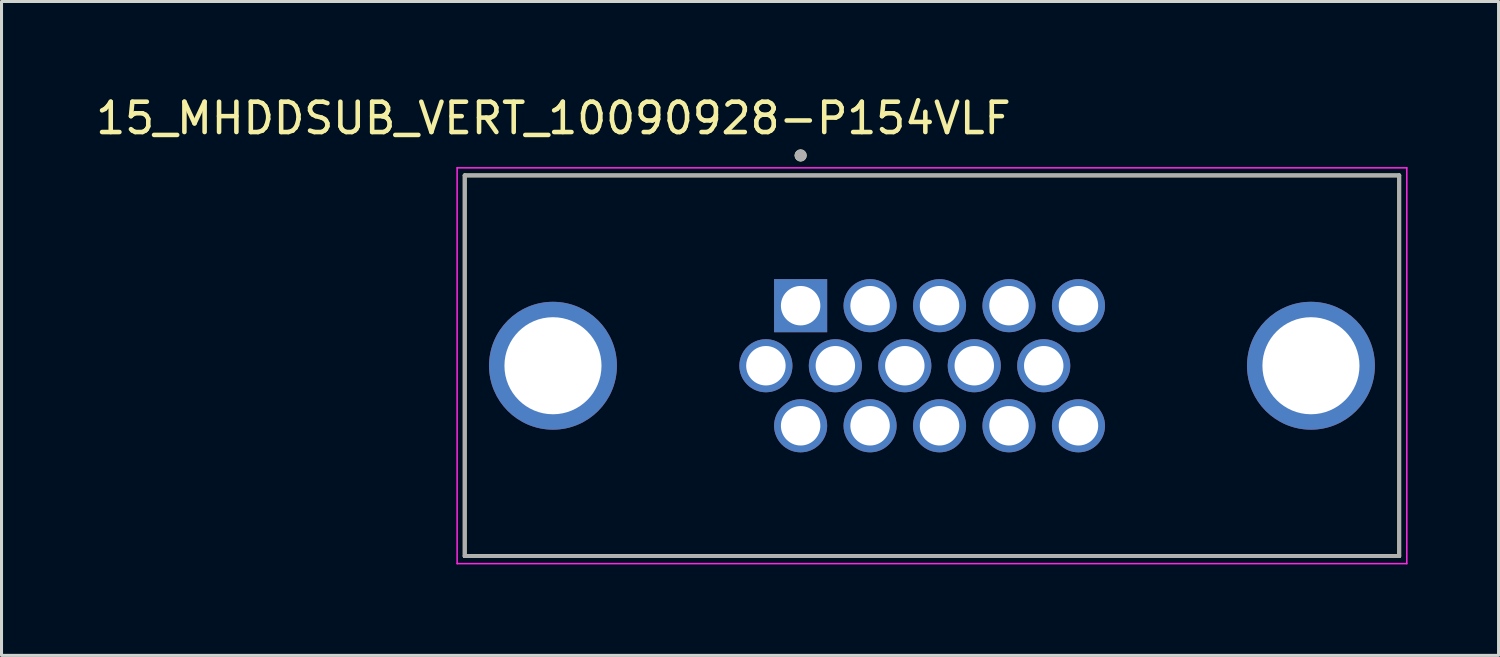
<source format=kicad_pcb>
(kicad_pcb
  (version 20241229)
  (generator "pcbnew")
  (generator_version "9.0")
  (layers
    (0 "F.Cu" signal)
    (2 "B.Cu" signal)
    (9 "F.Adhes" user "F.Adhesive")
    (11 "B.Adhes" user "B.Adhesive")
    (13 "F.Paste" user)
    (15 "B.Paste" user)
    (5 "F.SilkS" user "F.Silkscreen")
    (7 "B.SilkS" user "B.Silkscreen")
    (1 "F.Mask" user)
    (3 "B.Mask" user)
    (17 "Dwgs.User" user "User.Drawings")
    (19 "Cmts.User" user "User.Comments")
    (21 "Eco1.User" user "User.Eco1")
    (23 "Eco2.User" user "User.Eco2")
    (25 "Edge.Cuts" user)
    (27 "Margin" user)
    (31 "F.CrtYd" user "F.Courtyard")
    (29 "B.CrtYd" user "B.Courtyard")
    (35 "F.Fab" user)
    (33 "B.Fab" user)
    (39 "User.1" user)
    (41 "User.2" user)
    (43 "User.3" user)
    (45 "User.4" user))
  (footprint "15_MHDDSUB_VERT_10090928-P154VLF"
    (layer "F.Cu")
    (at 27.676 9.008)
    (property "Reference" "15_MHDDSUB_VERT_10090928-P154VLF" (at -12.48 -8.16 0) (layer "F.SilkS") (effects (font (size 1 1) (thickness 0.15))))
    (attr through_hole)
    (fp_line (start -15.405 -6.275) (end 15.405 -6.275) (stroke (width 0.127) (type solid)) (layer "F.SilkS"))
    (fp_line (start -15.405 6.275) (end -15.405 -6.275) (stroke (width 0.127) (type solid)) (layer "F.SilkS"))
    (fp_line (start 15.405 -6.275) (end 15.405 6.275) (stroke (width 0.127) (type solid)) (layer "F.SilkS"))
    (fp_line (start 15.405 6.275) (end -15.405 6.275) (stroke (width 0.127) (type solid)) (layer "F.SilkS"))
    (fp_circle (center -4.33 -6.933) (end -4.23 -6.933) (stroke (width 0.2) (type solid)) (fill no) (layer "F.SilkS"))
    (fp_line (start -15.655 -6.525) (end -15.655 6.525) (stroke (width 0.05) (type solid)) (layer "F.CrtYd"))
    (fp_line (start -15.655 6.525) (end 15.655 6.525) (stroke (width 0.05) (type solid)) (layer "F.CrtYd"))
    (fp_line (start 15.655 -6.525) (end -15.655 -6.525) (stroke (width 0.05) (type solid)) (layer "F.CrtYd"))
    (fp_line (start 15.655 6.525) (end 15.655 -6.525) (stroke (width 0.05) (type solid)) (layer "F.CrtYd"))
    (fp_line (start -15.405 -6.275) (end 15.405 -6.275) (stroke (width 0.127) (type solid)) (layer "F.Fab"))
    (fp_line (start -15.405 6.275) (end -15.405 -6.275) (stroke (width 0.127) (type solid)) (layer "F.Fab"))
    (fp_line (start 15.405 -6.275) (end 15.405 6.275) (stroke (width 0.127) (type solid)) (layer "F.Fab"))
    (fp_line (start 15.405 6.275) (end -15.405 6.275) (stroke (width 0.127) (type solid)) (layer "F.Fab"))
    (fp_circle (center -4.33 -6.933) (end -4.23 -6.933) (stroke (width 0.2) (type solid)) (fill no) (layer "F.Fab"))
    (pad "1" thru_hole rect (at -4.33 -1.98) (size 1.75 1.75) (drill 1.3) (layers "*.Cu" "*.Mask"))
    (pad "2" thru_hole circle (at -2.04 -1.98) (size 1.75 1.75) (drill 1.3) (layers "*.Cu" "*.Mask"))
    (pad "3" thru_hole circle (at 0.25 -1.98) (size 1.75 1.75) (drill 1.3) (layers "*.Cu" "*.Mask"))
    (pad "4" thru_hole circle (at 2.54 -1.98) (size 1.75 1.75) (drill 1.3) (layers "*.Cu" "*.Mask"))
    (pad "5" thru_hole circle (at 4.83 -1.98) (size 1.75 1.75) (drill 1.3) (layers "*.Cu" "*.Mask"))
    (pad "6" thru_hole circle (at -5.475 0) (size 1.75 1.75) (drill 1.3) (layers "*.Cu" "*.Mask"))
    (pad "7" thru_hole circle (at -3.185 0) (size 1.75 1.75) (drill 1.3) (layers "*.Cu" "*.Mask"))
    (pad "8" thru_hole circle (at -0.895 0) (size 1.75 1.75) (drill 1.3) (layers "*.Cu" "*.Mask"))
    (pad "9" thru_hole circle (at 1.395 0) (size 1.75 1.75) (drill 1.3) (layers "*.Cu" "*.Mask"))
    (pad "10" thru_hole circle (at 3.685 0) (size 1.75 1.75) (drill 1.3) (layers "*.Cu" "*.Mask"))
    (pad "11" thru_hole circle (at -4.33 1.98) (size 1.75 1.75) (drill 1.3) (layers "*.Cu" "*.Mask"))
    (pad "12" thru_hole circle (at -2.04 1.98) (size 1.75 1.75) (drill 1.3) (layers "*.Cu" "*.Mask"))
    (pad "13" thru_hole circle (at 0.25 1.98) (size 1.75 1.75) (drill 1.3) (layers "*.Cu" "*.Mask"))
    (pad "14" thru_hole circle (at 2.54 1.98) (size 1.75 1.75) (drill 1.3) (layers "*.Cu" "*.Mask"))
    (pad "15" thru_hole circle (at 4.83 1.98) (size 1.75 1.75) (drill 1.3) (layers "*.Cu" "*.Mask"))
    (pad "S1" thru_hole circle (at -12.495 0) (size 4.216 4.216) (drill 3.2) (layers "*.Cu" "*.Mask"))
    (pad "S2" thru_hole circle (at 12.495 0) (size 4.216 4.216) (drill 3.2) (layers "*.Cu" "*.Mask")))
  (gr_rect
    (start -3 -3)
    (end 46.356 18.558)
    (stroke (width 0.1) (type default))
    (fill no)
    (layer "Edge.Cuts")))
</source>
